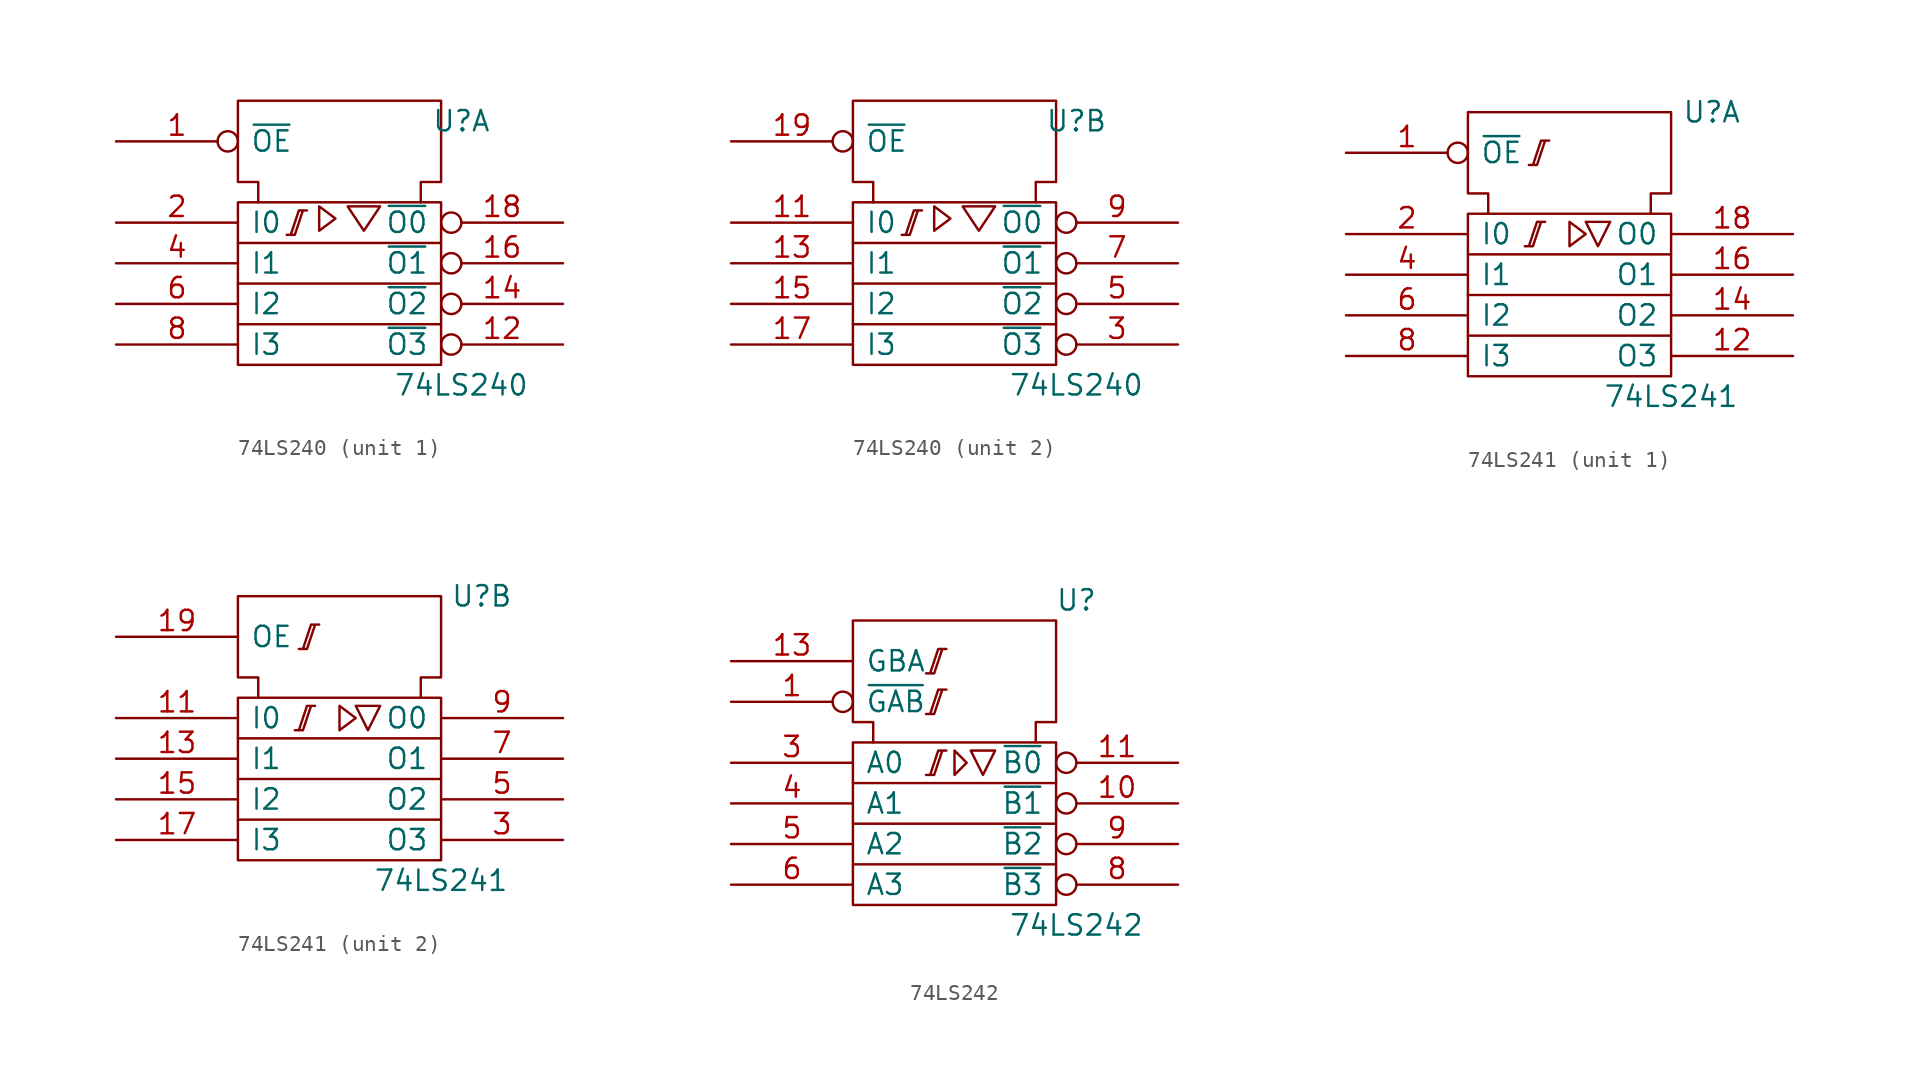
<source format=kicad_sym>
(kicad_symbol_lib
  (version 20201005)
  (generator kicad_symbol_editor)
  (symbol "74xx_IEEE:74LS240"
    (pin_names
      (offset 0.762))
    (property "Reference" "U"
      (at 7.62 8.89 0)
      (effects (font (size 1.27 1.27))))
    (property "Value" "74LS240"
      (at 7.62 -7.62 0)
      (effects (font (size 1.27 1.27))))
    (symbol "74LS240_0_0"
      (polyline (pts (xy -1.27 3.556) (xy -1.27 2.032) (xy -0.254 2.794) (xy -1.27 3.556) (xy -1.27 3.556)) (stroke (width 0)) (fill (type none)))
      (polyline (pts (xy 0.762 3.556) (xy 2.54 3.556) (xy 1.524 2.032) (xy 0.508 3.556) (xy 0.762 3.556) (xy 0.762 3.556)) (stroke (width 0)) (fill (type none))))
    (symbol "74LS240_0_1"
      (rectangle (start -6.35 3.81) (end 6.35 -6.35) (stroke (width 0)) (fill (type none)))
      (polyline (pts (xy -6.35 -3.81) (xy 6.35 -3.81) (xy 6.35 -3.81)) (stroke (width 0)) (fill (type none)))
      (polyline (pts (xy -6.35 -1.27) (xy 6.35 -1.27) (xy 6.35 -1.27)) (stroke (width 0)) (fill (type none)))
      (polyline (pts (xy -6.35 1.27) (xy 6.35 1.27) (xy 6.35 1.27)) (stroke (width 0)) (fill (type none)))
      (polyline (pts (xy -3.302 1.778) (xy -2.794 1.778) (xy -2.286 3.302) (xy -2.032 3.302) (xy -2.54 3.302) (xy -3.048 1.778) (xy -3.048 1.778)) (stroke (width 0)) (fill (type none)))
      (polyline (pts (xy -5.08 3.81) (xy -5.08 5.08) (xy -6.35 5.08) (xy -6.35 10.16) (xy 6.35 10.16) (xy 6.35 5.08) (xy 5.08 5.08) (xy 5.08 3.81) (xy 5.08 3.81)) (stroke (width 0)) (fill (type none)))
      (pin power_in line (at 1.27 10.16 270) (length 0) hide (name "GND" (effects (font (size 1.27 1.27)))) (number "10" (effects (font (size 1.27 1.27)))))
      (pin power_in line (at 5.08 10.16 270) (length 0) hide (name "VCC" (effects (font (size 1.27 1.27)))) (number "20" (effects (font (size 1.27 1.27))))))
    (symbol "74LS240_1_1"
      (pin input inverted (at -13.97 7.62 0) (length 7.62) (name "~OE" (effects (font (size 1.27 1.27)))) (number "1" (effects (font (size 1.27 1.27)))))
      (pin tri_state inverted (at 13.97 -5.08 180) (length 7.62) (name "~O3" (effects (font (size 1.27 1.27)))) (number "12" (effects (font (size 1.27 1.27)))))
      (pin tri_state inverted (at 13.97 -2.54 180) (length 7.62) (name "~O2" (effects (font (size 1.27 1.27)))) (number "14" (effects (font (size 1.27 1.27)))))
      (pin tri_state inverted (at 13.97 0 180) (length 7.62) (name "~O1" (effects (font (size 1.27 1.27)))) (number "16" (effects (font (size 1.27 1.27)))))
      (pin tri_state inverted (at 13.97 2.54 180) (length 7.62) (name "~O0" (effects (font (size 1.27 1.27)))) (number "18" (effects (font (size 1.27 1.27)))))
      (pin input line (at -13.97 2.54 0) (length 7.62) (name "I0" (effects (font (size 1.27 1.27)))) (number "2" (effects (font (size 1.27 1.27)))))
      (pin input line (at -13.97 0 0) (length 7.62) (name "I1" (effects (font (size 1.27 1.27)))) (number "4" (effects (font (size 1.27 1.27)))))
      (pin input line (at -13.97 -2.54 0) (length 7.62) (name "I2" (effects (font (size 1.27 1.27)))) (number "6" (effects (font (size 1.27 1.27)))))
      (pin input line (at -13.97 -5.08 0) (length 7.62) (name "I3" (effects (font (size 1.27 1.27)))) (number "8" (effects (font (size 1.27 1.27))))))
    (symbol "74LS240_2_1"
      (pin input line (at -13.97 2.54 0) (length 7.62) (name "I0" (effects (font (size 1.27 1.27)))) (number "11" (effects (font (size 1.27 1.27)))))
      (pin input line (at -13.97 0 0) (length 7.62) (name "I1" (effects (font (size 1.27 1.27)))) (number "13" (effects (font (size 1.27 1.27)))))
      (pin input line (at -13.97 -2.54 0) (length 7.62) (name "I2" (effects (font (size 1.27 1.27)))) (number "15" (effects (font (size 1.27 1.27)))))
      (pin input line (at -13.97 -5.08 0) (length 7.62) (name "I3" (effects (font (size 1.27 1.27)))) (number "17" (effects (font (size 1.27 1.27)))))
      (pin input inverted (at -13.97 7.62 0) (length 7.62) (name "~OE" (effects (font (size 1.27 1.27)))) (number "19" (effects (font (size 1.27 1.27)))))
      (pin tri_state inverted (at 13.97 -5.08 180) (length 7.62) (name "~O3" (effects (font (size 1.27 1.27)))) (number "3" (effects (font (size 1.27 1.27)))))
      (pin tri_state inverted (at 13.97 -2.54 180) (length 7.62) (name "~O2" (effects (font (size 1.27 1.27)))) (number "5" (effects (font (size 1.27 1.27)))))
      (pin tri_state inverted (at 13.97 0 180) (length 7.62) (name "~O1" (effects (font (size 1.27 1.27)))) (number "7" (effects (font (size 1.27 1.27)))))
      (pin tri_state inverted (at 13.97 2.54 180) (length 7.62) (name "~O0" (effects (font (size 1.27 1.27)))) (number "9" (effects (font (size 1.27 1.27)))))))
  (symbol "74xx_IEEE:74LS241"
    (pin_names
      (offset 0.762))
    (property "Reference" "U"
      (at 8.89 10.16 0)
      (effects (font (size 1.27 1.27))))
    (property "Value" "74LS241"
      (at 6.35 -7.62 0)
      (effects (font (size 1.27 1.27))))
    (symbol "74LS241_0_0"
      (polyline (pts (xy 1.016 3.302) (xy 2.54 3.302) (xy 1.778 1.778) (xy 1.016 3.302) (xy 1.016 3.302)) (stroke (width 0)) (fill (type none)))
      (pin power_in line (at 1.27 10.16 270) (length 0) hide (name "GND" (effects (font (size 1.27 1.27)))) (number "10" (effects (font (size 1.27 1.27)))))
      (pin power_in line (at 5.08 10.16 270) (length 0) hide (name "VCC" (effects (font (size 1.27 1.27)))) (number "20" (effects (font (size 1.27 1.27))))))
    (symbol "74LS241_0_1"
      (rectangle (start -6.35 3.81) (end 6.35 -6.35) (stroke (width 0)) (fill (type none)))
      (polyline (pts (xy -6.35 -1.27) (xy 6.35 -1.27) (xy 6.35 -1.27)) (stroke (width 0)) (fill (type none)))
      (polyline (pts (xy 6.35 -3.81) (xy -6.35 -3.81) (xy -6.35 -3.81)) (stroke (width 0)) (fill (type none)))
      (polyline (pts (xy 6.35 1.27) (xy -6.35 1.27) (xy -6.35 1.27)) (stroke (width 0)) (fill (type none)))
      (polyline (pts (xy 0 3.302) (xy 0 1.778) (xy 1.016 2.54) (xy 0 3.302) (xy 0 3.302)) (stroke (width 0)) (fill (type none)))
      (polyline (pts (xy -2.794 1.778) (xy -2.286 1.778) (xy -1.778 3.302) (xy -1.524 3.302) (xy -2.032 3.302) (xy -2.54 1.778) (xy -2.54 1.778)) (stroke (width 0)) (fill (type none)))
      (polyline (pts (xy -2.54 6.858) (xy -2.032 6.858) (xy -1.524 8.382) (xy -1.27 8.382) (xy -1.778 8.382) (xy -2.286 6.858) (xy -2.286 6.858)) (stroke (width 0)) (fill (type none)))
      (polyline (pts (xy -5.08 3.81) (xy -5.08 5.08) (xy -6.35 5.08) (xy -6.35 10.16) (xy 6.35 10.16) (xy 6.35 5.08) (xy 5.08 5.08) (xy 5.08 3.81) (xy 5.08 3.81)) (stroke (width 0)) (fill (type none))))
    (symbol "74LS241_1_1"
      (pin input inverted (at -13.97 7.62 0) (length 7.62) (name "~OE" (effects (font (size 1.27 1.27)))) (number "1" (effects (font (size 1.27 1.27)))))
      (pin tri_state line (at 13.97 -5.08 180) (length 7.62) (name "O3" (effects (font (size 1.27 1.27)))) (number "12" (effects (font (size 1.27 1.27)))))
      (pin tri_state line (at 13.97 -2.54 180) (length 7.62) (name "O2" (effects (font (size 1.27 1.27)))) (number "14" (effects (font (size 1.27 1.27)))))
      (pin tri_state line (at 13.97 0 180) (length 7.62) (name "O1" (effects (font (size 1.27 1.27)))) (number "16" (effects (font (size 1.27 1.27)))))
      (pin tri_state line (at 13.97 2.54 180) (length 7.62) (name "O0" (effects (font (size 1.27 1.27)))) (number "18" (effects (font (size 1.27 1.27)))))
      (pin input line (at -13.97 2.54 0) (length 7.62) (name "I0" (effects (font (size 1.27 1.27)))) (number "2" (effects (font (size 1.27 1.27)))))
      (pin input line (at -13.97 0 0) (length 7.62) (name "I1" (effects (font (size 1.27 1.27)))) (number "4" (effects (font (size 1.27 1.27)))))
      (pin input line (at -13.97 -2.54 0) (length 7.62) (name "I2" (effects (font (size 1.27 1.27)))) (number "6" (effects (font (size 1.27 1.27)))))
      (pin input line (at -13.97 -5.08 0) (length 7.62) (name "I3" (effects (font (size 1.27 1.27)))) (number "8" (effects (font (size 1.27 1.27))))))
    (symbol "74LS241_2_1"
      (pin input line (at -13.97 2.54 0) (length 7.62) (name "I0" (effects (font (size 1.27 1.27)))) (number "11" (effects (font (size 1.27 1.27)))))
      (pin input line (at -13.97 0 0) (length 7.62) (name "I1" (effects (font (size 1.27 1.27)))) (number "13" (effects (font (size 1.27 1.27)))))
      (pin input line (at -13.97 -2.54 0) (length 7.62) (name "I2" (effects (font (size 1.27 1.27)))) (number "15" (effects (font (size 1.27 1.27)))))
      (pin input line (at -13.97 -5.08 0) (length 7.62) (name "I3" (effects (font (size 1.27 1.27)))) (number "17" (effects (font (size 1.27 1.27)))))
      (pin input line (at -13.97 7.62 0) (length 7.62) (name "OE" (effects (font (size 1.27 1.27)))) (number "19" (effects (font (size 1.27 1.27)))))
      (pin tri_state line (at 13.97 -5.08 180) (length 7.62) (name "O3" (effects (font (size 1.27 1.27)))) (number "3" (effects (font (size 1.27 1.27)))))
      (pin tri_state line (at 13.97 -2.54 180) (length 7.62) (name "O2" (effects (font (size 1.27 1.27)))) (number "5" (effects (font (size 1.27 1.27)))))
      (pin tri_state line (at 13.97 0 180) (length 7.62) (name "O1" (effects (font (size 1.27 1.27)))) (number "7" (effects (font (size 1.27 1.27)))))
      (pin tri_state line (at 13.97 2.54 180) (length 7.62) (name "O0" (effects (font (size 1.27 1.27)))) (number "9" (effects (font (size 1.27 1.27)))))))
  (symbol "74xx_IEEE:74LS242"
    (pin_names
      (offset 0.762))
    (property "Reference" "U"
      (at 7.62 12.7 0)
      (effects (font (size 1.27 1.27))))
    (property "Value" "74LS242"
      (at 7.62 -7.62 0)
      (effects (font (size 1.27 1.27))))
    (symbol "74LS242_0_0"
      (pin power_in line (at 5.08 11.43 270) (length 0) hide (name "VCC" (effects (font (size 1.27 1.27)))) (number "14" (effects (font (size 1.27 1.27)))))
      (pin power_in line (at 1.27 11.43 270) (length 0) hide (name "GND" (effects (font (size 1.27 1.27)))) (number "7" (effects (font (size 1.27 1.27))))))
    (symbol "74LS242_0_1"
      (rectangle (start -6.35 3.81) (end 6.35 -6.35) (stroke (width 0)) (fill (type none)))
      (polyline (pts (xy -6.35 -3.81) (xy 6.35 -3.81) (xy 6.35 -3.81)) (stroke (width 0)) (fill (type none)))
      (polyline (pts (xy -6.35 -1.27) (xy 6.35 -1.27) (xy 6.35 -1.27)) (stroke (width 0)) (fill (type none)))
      (polyline (pts (xy -6.35 1.27) (xy 6.35 1.27) (xy 6.35 1.27)) (stroke (width 0)) (fill (type none)))
      (polyline (pts (xy 0 3.302) (xy 0 1.778) (xy 0.762 2.54) (xy 0 3.302) (xy 0 3.302)) (stroke (width 0)) (fill (type none)))
      (polyline (pts (xy 1.016 3.302) (xy 2.54 3.302) (xy 1.778 1.778) (xy 1.016 3.302) (xy 1.016 3.302)) (stroke (width 0)) (fill (type none)))
      (polyline (pts (xy -1.778 1.778) (xy -1.27 1.778) (xy -0.762 3.302) (xy -0.508 3.302) (xy -1.016 3.302) (xy -1.524 1.778) (xy -1.524 1.778)) (stroke (width 0)) (fill (type none)))
      (polyline (pts (xy -1.778 5.588) (xy -1.27 5.588) (xy -0.762 7.112) (xy -0.508 7.112) (xy -1.016 7.112) (xy -1.524 5.588) (xy -1.524 5.588)) (stroke (width 0)) (fill (type none)))
      (polyline (pts (xy -1.778 8.128) (xy -1.27 8.128) (xy -0.762 9.652) (xy -0.508 9.652) (xy -1.016 9.652) (xy -1.524 8.128) (xy -1.524 8.128)) (stroke (width 0)) (fill (type none)))
      (polyline (pts (xy -5.08 3.81) (xy -5.08 5.08) (xy -6.35 5.08) (xy -6.35 11.43) (xy 6.35 11.43) (xy 6.35 5.08) (xy 5.08 5.08) (xy 5.08 3.81) (xy 5.08 3.81)) (stroke (width 0)) (fill (type none))))
    (symbol "74LS242_1_1"
      (pin input inverted (at -13.97 6.35 0) (length 7.62) (name "~GAB" (effects (font (size 1.27 1.27)))) (number "1" (effects (font (size 1.27 1.27)))))
      (pin tri_state inverted (at 13.97 0 180) (length 7.62) (name "~B1" (effects (font (size 1.27 1.27)))) (number "10" (effects (font (size 1.27 1.27)))))
      (pin tri_state inverted (at 13.97 2.54 180) (length 7.62) (name "~B0" (effects (font (size 1.27 1.27)))) (number "11" (effects (font (size 1.27 1.27)))))
      (pin input line (at -13.97 8.89 0) (length 7.62) (name "GBA" (effects (font (size 1.27 1.27)))) (number "13" (effects (font (size 1.27 1.27)))))
      (pin input line (at -13.97 2.54 0) (length 7.62) (name "A0" (effects (font (size 1.27 1.27)))) (number "3" (effects (font (size 1.27 1.27)))))
      (pin input line (at -13.97 0 0) (length 7.62) (name "A1" (effects (font (size 1.27 1.27)))) (number "4" (effects (font (size 1.27 1.27)))))
      (pin input line (at -13.97 -2.54 0) (length 7.62) (name "A2" (effects (font (size 1.27 1.27)))) (number "5" (effects (font (size 1.27 1.27)))))
      (pin input line (at -13.97 -5.08 0) (length 7.62) (name "A3" (effects (font (size 1.27 1.27)))) (number "6" (effects (font (size 1.27 1.27)))))
      (pin tri_state inverted (at 13.97 -5.08 180) (length 7.62) (name "~B3" (effects (font (size 1.27 1.27)))) (number "8" (effects (font (size 1.27 1.27)))))
      (pin tri_state inverted (at 13.97 -2.54 180) (length 7.62) (name "~B2" (effects (font (size 1.27 1.27)))) (number "9" (effects (font (size 1.27 1.27))))))))
</source>
